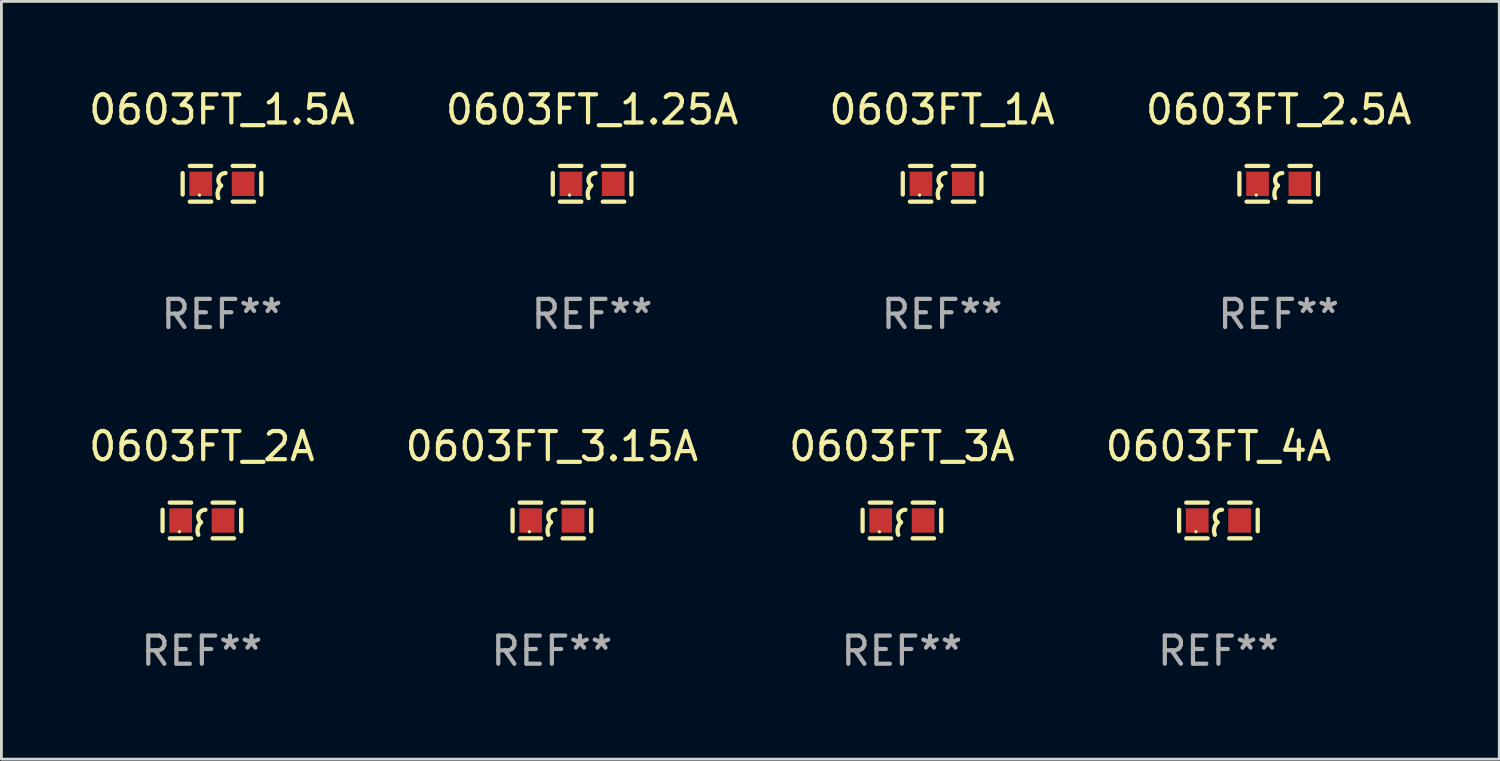
<source format=kicad_pcb>
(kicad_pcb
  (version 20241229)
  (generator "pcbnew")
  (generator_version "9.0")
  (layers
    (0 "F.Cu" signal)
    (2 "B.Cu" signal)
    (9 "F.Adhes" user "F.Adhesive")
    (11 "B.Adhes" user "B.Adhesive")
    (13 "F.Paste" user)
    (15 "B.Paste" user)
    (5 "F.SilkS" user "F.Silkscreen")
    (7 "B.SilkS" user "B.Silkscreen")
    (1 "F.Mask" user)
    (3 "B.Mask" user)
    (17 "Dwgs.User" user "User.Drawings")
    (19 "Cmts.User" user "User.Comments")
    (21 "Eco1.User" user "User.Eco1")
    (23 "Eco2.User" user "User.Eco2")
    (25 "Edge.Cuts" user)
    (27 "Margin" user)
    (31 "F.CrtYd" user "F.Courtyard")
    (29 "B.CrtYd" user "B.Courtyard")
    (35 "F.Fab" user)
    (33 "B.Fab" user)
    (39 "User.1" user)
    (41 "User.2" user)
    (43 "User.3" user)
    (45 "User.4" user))
  (footprint "0603FT_3A"
    (layer "F.Cu")
    (at 29.006 15.45)
    (property "Reference" "0603FT_3A" (at 0 -2.635 0) (layer "F.SilkS") (effects (font (size 1 1) (thickness 0.15))))
    (attr through_hole)
    (fp_line (start -1.397 -0.381) (end -1.397 0.381) (stroke (width 0.152) (type solid)) (layer "F.SilkS"))
    (fp_line (start -0.381 -0.635) (end -1.143 -0.635) (stroke (width 0.152) (type solid)) (layer "F.SilkS"))
    (fp_line (start -0.381 0.635) (end -1.143 0.635) (stroke (width 0.152) (type solid)) (layer "F.SilkS"))
    (fp_line (start 0.381 -0.635) (end 1.143 -0.635) (stroke (width 0.152) (type solid)) (layer "F.SilkS"))
    (fp_line (start 0.381 0.635) (end 1.143 0.635) (stroke (width 0.152) (type solid)) (layer "F.SilkS"))
    (fp_line (start 1.397 -0.381) (end 1.397 0.381) (stroke (width 0.152) (type solid)) (layer "F.SilkS"))
    (fp_arc (start -0.127 0.508001) (mid -0.146523 0.271131) (end -0.030861 0.0635) (stroke (width 0.151994) (type solid)) (layer "F.SilkS"))
    (fp_arc (start -0.03175 0.0635) (mid -0.113571 -0.216321) (end 0.127001 -0.381002) (stroke (width 0.151994) (type solid)) (layer "F.SilkS"))
    (fp_circle (center -0.8 0.4) (end -0.77 0.4) (stroke (width 0.06) (type solid)) (fill no) (layer "F.SilkS"))
    (fp_text user "REF**" (at 0 4.635 0) (layer "F.Fab") (effects (font (size 1 1) (thickness 0.15))))
    (pad "1" smd rect (at -0.753 0) (size 0.806 0.864) (layers "F.Cu" "F.Mask" "F.Paste"))
    (pad "2" smd rect (at 0.753 0) (size 0.806 0.864) (layers "F.Cu" "F.Mask" "F.Paste")))
  (footprint "0603FT_1.25A"
    (layer "F.Cu")
    (at 17.994 3.483)
    (property "Reference" "0603FT_1.25A" (at 0 -2.635 0) (layer "F.SilkS") (effects (font (size 1 1) (thickness 0.15))))
    (attr through_hole)
    (fp_line (start -1.397 -0.381) (end -1.397 0.381) (stroke (width 0.152) (type solid)) (layer "F.SilkS"))
    (fp_line (start -0.381 -0.635) (end -1.143 -0.635) (stroke (width 0.152) (type solid)) (layer "F.SilkS"))
    (fp_line (start -0.381 0.635) (end -1.143 0.635) (stroke (width 0.152) (type solid)) (layer "F.SilkS"))
    (fp_line (start 0.381 -0.635) (end 1.143 -0.635) (stroke (width 0.152) (type solid)) (layer "F.SilkS"))
    (fp_line (start 0.381 0.635) (end 1.143 0.635) (stroke (width 0.152) (type solid)) (layer "F.SilkS"))
    (fp_line (start 1.397 -0.381) (end 1.397 0.381) (stroke (width 0.152) (type solid)) (layer "F.SilkS"))
    (fp_arc (start -0.127 0.508001) (mid -0.146523 0.271131) (end -0.030861 0.0635) (stroke (width 0.151994) (type solid)) (layer "F.SilkS"))
    (fp_arc (start -0.03175 0.0635) (mid -0.113571 -0.216321) (end 0.127001 -0.381002) (stroke (width 0.151994) (type solid)) (layer "F.SilkS"))
    (fp_circle (center -0.8 0.4) (end -0.77 0.4) (stroke (width 0.06) (type solid)) (fill no) (layer "F.SilkS"))
    (fp_text user "REF**" (at 0 4.635 0) (layer "F.Fab") (effects (font (size 1 1) (thickness 0.15))))
    (pad "1" smd rect (at -0.753 0) (size 0.806 0.864) (layers "F.Cu" "F.Mask" "F.Paste"))
    (pad "2" smd rect (at 0.753 0) (size 0.806 0.864) (layers "F.Cu" "F.Mask" "F.Paste")))
  (footprint "0603FT_2.5A"
    (layer "F.Cu")
    (at 42.399 3.483)
    (property "Reference" "0603FT_2.5A" (at 0 -2.635 0) (layer "F.SilkS") (effects (font (size 1 1) (thickness 0.15))))
    (attr through_hole)
    (fp_line (start -1.397 -0.381) (end -1.397 0.381) (stroke (width 0.152) (type solid)) (layer "F.SilkS"))
    (fp_line (start -0.381 -0.635) (end -1.143 -0.635) (stroke (width 0.152) (type solid)) (layer "F.SilkS"))
    (fp_line (start -0.381 0.635) (end -1.143 0.635) (stroke (width 0.152) (type solid)) (layer "F.SilkS"))
    (fp_line (start 0.381 -0.635) (end 1.143 -0.635) (stroke (width 0.152) (type solid)) (layer "F.SilkS"))
    (fp_line (start 0.381 0.635) (end 1.143 0.635) (stroke (width 0.152) (type solid)) (layer "F.SilkS"))
    (fp_line (start 1.397 -0.381) (end 1.397 0.381) (stroke (width 0.152) (type solid)) (layer "F.SilkS"))
    (fp_arc (start -0.127 0.508001) (mid -0.146523 0.271131) (end -0.030861 0.0635) (stroke (width 0.151994) (type solid)) (layer "F.SilkS"))
    (fp_arc (start -0.03175 0.0635) (mid -0.113571 -0.216321) (end 0.127001 -0.381002) (stroke (width 0.151994) (type solid)) (layer "F.SilkS"))
    (fp_circle (center -0.8 0.4) (end -0.77 0.4) (stroke (width 0.06) (type solid)) (fill no) (layer "F.SilkS"))
    (fp_text user "REF**" (at 0 4.635 0) (layer "F.Fab") (effects (font (size 1 1) (thickness 0.15))))
    (pad "1" smd rect (at -0.753 0) (size 0.806 0.864) (layers "F.Cu" "F.Mask" "F.Paste"))
    (pad "2" smd rect (at 0.753 0) (size 0.806 0.864) (layers "F.Cu" "F.Mask" "F.Paste")))
  (footprint "0603FT_2A"
    (layer "F.Cu")
    (at 4.125 15.45)
    (property "Reference" "0603FT_2A" (at 0 -2.635 0) (layer "F.SilkS") (effects (font (size 1 1) (thickness 0.15))))
    (attr through_hole)
    (fp_line (start -1.397 -0.381) (end -1.397 0.381) (stroke (width 0.152) (type solid)) (layer "F.SilkS"))
    (fp_line (start -0.381 -0.635) (end -1.143 -0.635) (stroke (width 0.152) (type solid)) (layer "F.SilkS"))
    (fp_line (start -0.381 0.635) (end -1.143 0.635) (stroke (width 0.152) (type solid)) (layer "F.SilkS"))
    (fp_line (start 0.381 -0.635) (end 1.143 -0.635) (stroke (width 0.152) (type solid)) (layer "F.SilkS"))
    (fp_line (start 0.381 0.635) (end 1.143 0.635) (stroke (width 0.152) (type solid)) (layer "F.SilkS"))
    (fp_line (start 1.397 -0.381) (end 1.397 0.381) (stroke (width 0.152) (type solid)) (layer "F.SilkS"))
    (fp_arc (start -0.127 0.508001) (mid -0.146523 0.271131) (end -0.030861 0.0635) (stroke (width 0.151994) (type solid)) (layer "F.SilkS"))
    (fp_arc (start -0.03175 0.0635) (mid -0.113571 -0.216321) (end 0.127001 -0.381002) (stroke (width 0.151994) (type solid)) (layer "F.SilkS"))
    (fp_circle (center -0.8 0.4) (end -0.77 0.4) (stroke (width 0.06) (type solid)) (fill no) (layer "F.SilkS"))
    (fp_text user "REF**" (at 0 4.635 0) (layer "F.Fab") (effects (font (size 1 1) (thickness 0.15))))
    (pad "1" smd rect (at -0.753 0) (size 0.806 0.864) (layers "F.Cu" "F.Mask" "F.Paste"))
    (pad "2" smd rect (at 0.753 0) (size 0.806 0.864) (layers "F.Cu" "F.Mask" "F.Paste")))
  (footprint "0603FT_4A"
    (layer "F.Cu")
    (at 40.256 15.45)
    (property "Reference" "0603FT_4A" (at 0 -2.635 0) (layer "F.SilkS") (effects (font (size 1 1) (thickness 0.15))))
    (attr through_hole)
    (fp_line (start -1.397 -0.381) (end -1.397 0.381) (stroke (width 0.152) (type solid)) (layer "F.SilkS"))
    (fp_line (start -0.381 -0.635) (end -1.143 -0.635) (stroke (width 0.152) (type solid)) (layer "F.SilkS"))
    (fp_line (start -0.381 0.635) (end -1.143 0.635) (stroke (width 0.152) (type solid)) (layer "F.SilkS"))
    (fp_line (start 0.381 -0.635) (end 1.143 -0.635) (stroke (width 0.152) (type solid)) (layer "F.SilkS"))
    (fp_line (start 0.381 0.635) (end 1.143 0.635) (stroke (width 0.152) (type solid)) (layer "F.SilkS"))
    (fp_line (start 1.397 -0.381) (end 1.397 0.381) (stroke (width 0.152) (type solid)) (layer "F.SilkS"))
    (fp_arc (start -0.127 0.508001) (mid -0.146523 0.271131) (end -0.030861 0.0635) (stroke (width 0.151994) (type solid)) (layer "F.SilkS"))
    (fp_arc (start -0.03175 0.0635) (mid -0.113571 -0.216321) (end 0.127001 -0.381002) (stroke (width 0.151994) (type solid)) (layer "F.SilkS"))
    (fp_circle (center -0.8 0.4) (end -0.77 0.4) (stroke (width 0.06) (type solid)) (fill no) (layer "F.SilkS"))
    (fp_text user "REF**" (at 0 4.635 0) (layer "F.Fab") (effects (font (size 1 1) (thickness 0.15))))
    (pad "1" smd rect (at -0.753 0) (size 0.806 0.864) (layers "F.Cu" "F.Mask" "F.Paste"))
    (pad "2" smd rect (at 0.753 0) (size 0.806 0.864) (layers "F.Cu" "F.Mask" "F.Paste")))
  (footprint "0603FT_3.15A"
    (layer "F.Cu")
    (at 16.565 15.45)
    (property "Reference" "0603FT_3.15A" (at 0 -2.635 0) (layer "F.SilkS") (effects (font (size 1 1) (thickness 0.15))))
    (attr through_hole)
    (fp_line (start -1.397 -0.381) (end -1.397 0.381) (stroke (width 0.152) (type solid)) (layer "F.SilkS"))
    (fp_line (start -0.381 -0.635) (end -1.143 -0.635) (stroke (width 0.152) (type solid)) (layer "F.SilkS"))
    (fp_line (start -0.381 0.635) (end -1.143 0.635) (stroke (width 0.152) (type solid)) (layer "F.SilkS"))
    (fp_line (start 0.381 -0.635) (end 1.143 -0.635) (stroke (width 0.152) (type solid)) (layer "F.SilkS"))
    (fp_line (start 0.381 0.635) (end 1.143 0.635) (stroke (width 0.152) (type solid)) (layer "F.SilkS"))
    (fp_line (start 1.397 -0.381) (end 1.397 0.381) (stroke (width 0.152) (type solid)) (layer "F.SilkS"))
    (fp_arc (start -0.127 0.508001) (mid -0.146523 0.271131) (end -0.030861 0.0635) (stroke (width 0.151994) (type solid)) (layer "F.SilkS"))
    (fp_arc (start -0.03175 0.0635) (mid -0.113571 -0.216321) (end 0.127001 -0.381002) (stroke (width 0.151994) (type solid)) (layer "F.SilkS"))
    (fp_circle (center -0.8 0.4) (end -0.77 0.4) (stroke (width 0.06) (type solid)) (fill no) (layer "F.SilkS"))
    (fp_text user "REF**" (at 0 4.635 0) (layer "F.Fab") (effects (font (size 1 1) (thickness 0.15))))
    (pad "1" smd rect (at -0.753 0) (size 0.806 0.864) (layers "F.Cu" "F.Mask" "F.Paste"))
    (pad "2" smd rect (at 0.753 0) (size 0.806 0.864) (layers "F.Cu" "F.Mask" "F.Paste")))
  (footprint "0603FT_1A"
    (layer "F.Cu")
    (at 30.435 3.483)
    (property "Reference" "0603FT_1A" (at 0 -2.635 0) (layer "F.SilkS") (effects (font (size 1 1) (thickness 0.15))))
    (attr through_hole)
    (fp_line (start -1.397 -0.381) (end -1.397 0.381) (stroke (width 0.152) (type solid)) (layer "F.SilkS"))
    (fp_line (start -0.381 -0.635) (end -1.143 -0.635) (stroke (width 0.152) (type solid)) (layer "F.SilkS"))
    (fp_line (start -0.381 0.635) (end -1.143 0.635) (stroke (width 0.152) (type solid)) (layer "F.SilkS"))
    (fp_line (start 0.381 -0.635) (end 1.143 -0.635) (stroke (width 0.152) (type solid)) (layer "F.SilkS"))
    (fp_line (start 0.381 0.635) (end 1.143 0.635) (stroke (width 0.152) (type solid)) (layer "F.SilkS"))
    (fp_line (start 1.397 -0.381) (end 1.397 0.381) (stroke (width 0.152) (type solid)) (layer "F.SilkS"))
    (fp_arc (start -0.127 0.508001) (mid -0.146523 0.271131) (end -0.030861 0.0635) (stroke (width 0.151994) (type solid)) (layer "F.SilkS"))
    (fp_arc (start -0.03175 0.0635) (mid -0.113571 -0.216321) (end 0.127001 -0.381002) (stroke (width 0.151994) (type solid)) (layer "F.SilkS"))
    (fp_circle (center -0.8 0.4) (end -0.77 0.4) (stroke (width 0.06) (type solid)) (fill no) (layer "F.SilkS"))
    (fp_text user "REF**" (at 0 4.635 0) (layer "F.Fab") (effects (font (size 1 1) (thickness 0.15))))
    (pad "1" smd rect (at -0.753 0) (size 0.806 0.864) (layers "F.Cu" "F.Mask" "F.Paste"))
    (pad "2" smd rect (at 0.753 0) (size 0.806 0.864) (layers "F.Cu" "F.Mask" "F.Paste")))
  (footprint "0603FT_1.5A"
    (layer "F.Cu")
    (at 4.839 3.483)
    (property "Reference" "0603FT_1.5A" (at 0 -2.635 0) (layer "F.SilkS") (effects (font (size 1 1) (thickness 0.15))))
    (attr through_hole)
    (fp_line (start -1.397 -0.381) (end -1.397 0.381) (stroke (width 0.152) (type solid)) (layer "F.SilkS"))
    (fp_line (start -0.381 -0.635) (end -1.143 -0.635) (stroke (width 0.152) (type solid)) (layer "F.SilkS"))
    (fp_line (start -0.381 0.635) (end -1.143 0.635) (stroke (width 0.152) (type solid)) (layer "F.SilkS"))
    (fp_line (start 0.381 -0.635) (end 1.143 -0.635) (stroke (width 0.152) (type solid)) (layer "F.SilkS"))
    (fp_line (start 0.381 0.635) (end 1.143 0.635) (stroke (width 0.152) (type solid)) (layer "F.SilkS"))
    (fp_line (start 1.397 -0.381) (end 1.397 0.381) (stroke (width 0.152) (type solid)) (layer "F.SilkS"))
    (fp_arc (start -0.127 0.508001) (mid -0.146523 0.271131) (end -0.030861 0.0635) (stroke (width 0.151994) (type solid)) (layer "F.SilkS"))
    (fp_arc (start -0.03175 0.0635) (mid -0.113571 -0.216321) (end 0.127001 -0.381002) (stroke (width 0.151994) (type solid)) (layer "F.SilkS"))
    (fp_circle (center -0.8 0.4) (end -0.77 0.4) (stroke (width 0.06) (type solid)) (fill no) (layer "F.SilkS"))
    (fp_text user "REF**" (at 0 4.635 0) (layer "F.Fab") (effects (font (size 1 1) (thickness 0.15))))
    (pad "1" smd rect (at -0.753 0) (size 0.806 0.864) (layers "F.Cu" "F.Mask" "F.Paste"))
    (pad "2" smd rect (at 0.753 0) (size 0.806 0.864) (layers "F.Cu" "F.Mask" "F.Paste")))
  (gr_rect
    (start -3 -3)
    (end 50.238 23.933)
    (stroke (width 0.1) (type default))
    (fill no)
    (layer "Edge.Cuts")))
</source>
